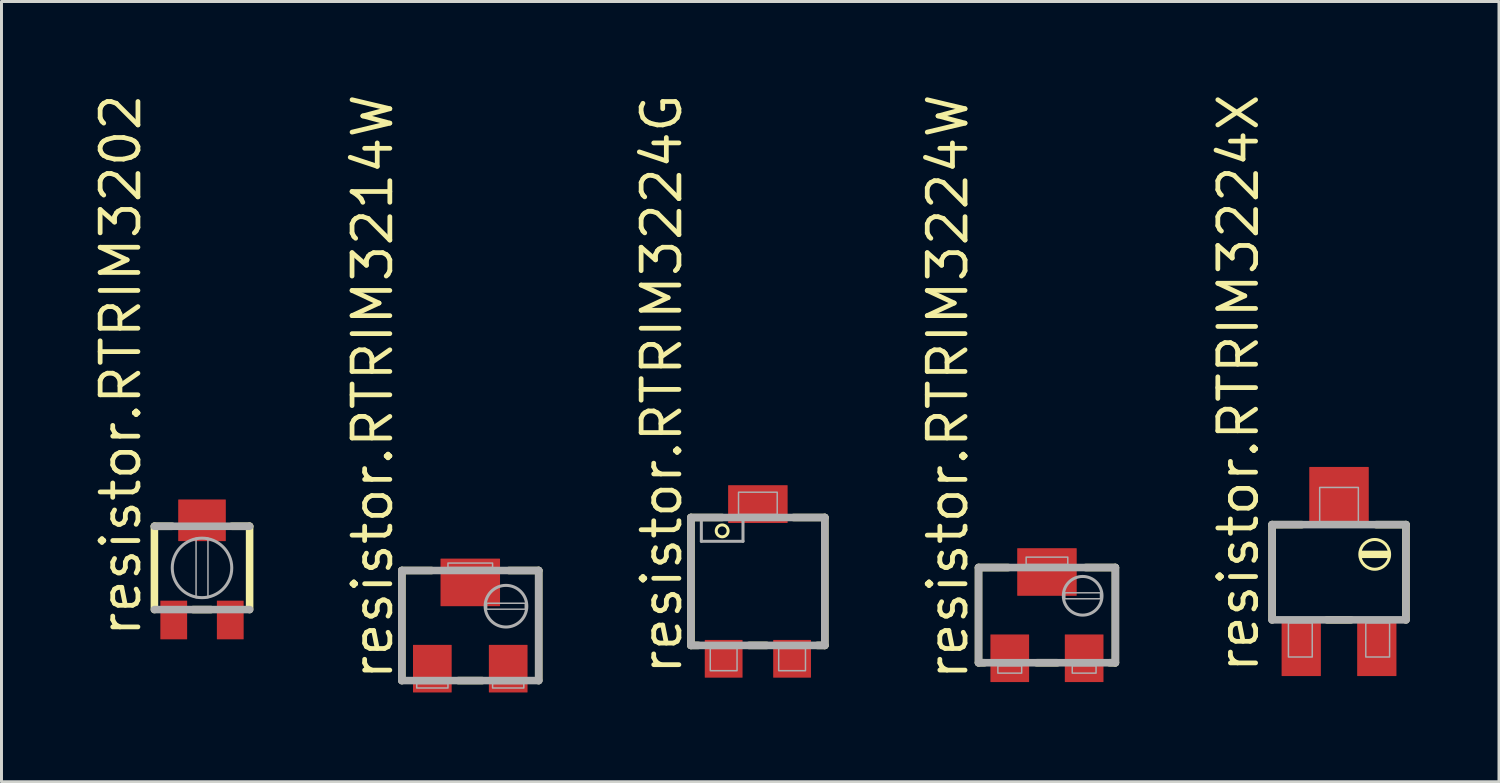
<source format=kicad_pcb>
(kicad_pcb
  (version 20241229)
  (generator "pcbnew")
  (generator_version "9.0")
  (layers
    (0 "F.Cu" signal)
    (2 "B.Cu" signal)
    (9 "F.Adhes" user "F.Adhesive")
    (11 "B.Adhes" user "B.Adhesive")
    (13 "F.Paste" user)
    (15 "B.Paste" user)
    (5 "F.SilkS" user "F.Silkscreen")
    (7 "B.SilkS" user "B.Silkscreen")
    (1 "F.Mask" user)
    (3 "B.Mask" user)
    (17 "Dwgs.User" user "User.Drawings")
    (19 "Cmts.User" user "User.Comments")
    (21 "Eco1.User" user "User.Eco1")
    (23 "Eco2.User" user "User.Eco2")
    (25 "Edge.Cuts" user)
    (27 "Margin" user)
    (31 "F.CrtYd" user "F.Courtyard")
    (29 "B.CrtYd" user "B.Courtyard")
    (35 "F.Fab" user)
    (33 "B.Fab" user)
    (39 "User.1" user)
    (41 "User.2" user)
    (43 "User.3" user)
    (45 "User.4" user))
  (footprint "resistor.RTRIM3214W"
    (layer "F.Cu")
    (at 12.757 17.976)
    (property "Reference" "resistor.RTRIM3214W" (at -2.54 1.905 90) (layer "F.SilkS") (effects (font (size 1.27 1.27) (thickness 0.16)) (justify left bottom)))
    (attr smd)
    (fp_line (start -2.3 -1.85) (end -1.3 -1.85) (stroke (width 0.254) (type default)) (layer "F.SilkS"))
    (fp_line (start -2.3 1.85) (end -2.3 -1.85) (stroke (width 0.254) (type default)) (layer "F.SilkS"))
    (fp_line (start -0.4 1.85) (end 0.4 1.85) (stroke (width 0.254) (type default)) (layer "F.SilkS"))
    (fp_line (start 2.3 -1.85) (end 1.3 -1.85) (stroke (width 0.254) (type default)) (layer "F.SilkS"))
    (fp_line (start 2.3 1.85) (end 2.3 -1.85) (stroke (width 0.254) (type default)) (layer "F.SilkS"))
    (fp_line (start -2.3 -1.85) (end 2.3 -1.85) (stroke (width 0.254) (type default)) (layer "F.Fab"))
    (fp_line (start -2.3 1.85) (end -2.3 -1.85) (stroke (width 0.254) (type default)) (layer "F.Fab"))
    (fp_line (start 2.3 -1.85) (end 2.3 1.85) (stroke (width 0.254) (type default)) (layer "F.Fab"))
    (fp_line (start 2.3 1.85) (end -2.3 1.85) (stroke (width 0.254) (type default)) (layer "F.Fab"))
    (fp_rect (start -1.8 2.1) (end -0.75 1.95) (stroke (width 0.05) (type default)) (fill no) (layer "F.Fab"))
    (fp_rect (start -0.75 -1.95) (end 0.75 -2.1) (stroke (width 0.05) (type default)) (fill no) (layer "F.Fab"))
    (fp_rect (start 0.55 -0.55) (end 1.85 -0.75) (stroke (width 0.05) (type default)) (fill no) (layer "F.Fab"))
    (fp_rect (start 0.75 2.1) (end 1.8 1.95) (stroke (width 0.05) (type default)) (fill no) (layer "F.Fab"))
    (fp_circle (center 1.2 -0.65) (end 1.9 -0.65) (stroke (width 0.102) (type default)) (fill no) (layer "F.Fab"))
    (pad "1" smd roundrect (at -1.275 1.45) (size 1.3 1.6) (layers "F.Cu" "F.Mask" "F.Paste") (roundrect_rratio 0.01))
    (pad "2" smd roundrect (at 0 -1.45) (size 2 1.6) (layers "F.Cu" "F.Mask" "F.Paste") (roundrect_rratio 0.01))
    (pad "3" smd roundrect (at 1.275 1.45) (size 1.3 1.6) (layers "F.Cu" "F.Mask" "F.Paste") (roundrect_rratio 0.01)))
  (footprint "resistor.RTRIM3224W"
    (layer "F.Cu")
    (at 32.141 17.626)
    (property "Reference" "resistor.RTRIM3224W" (at -2.59 2.255 90) (layer "F.SilkS") (effects (font (size 1.27 1.27) (thickness 0.16)) (justify left bottom)))
    (attr smd)
    (fp_line (start -2.3 -1.6) (end -1.3 -1.6) (stroke (width 0.254) (type default)) (layer "F.SilkS"))
    (fp_line (start -2.3 1.6) (end -2.3 -1.6) (stroke (width 0.254) (type default)) (layer "F.SilkS"))
    (fp_line (start -2.1 1.6) (end -2.3 1.6) (stroke (width 0.254) (type default)) (layer "F.SilkS"))
    (fp_line (start 0.35 1.6) (end -0.35 1.6) (stroke (width 0.254) (type default)) (layer "F.SilkS"))
    (fp_line (start 1.3 -1.6) (end 2.3 -1.6) (stroke (width 0.254) (type default)) (layer "F.SilkS"))
    (fp_line (start 2.3 -1.6) (end 2.3 1.6) (stroke (width 0.254) (type default)) (layer "F.SilkS"))
    (fp_line (start 2.3 1.6) (end 2.1 1.6) (stroke (width 0.254) (type default)) (layer "F.SilkS"))
    (fp_line (start -2.3 -1.6) (end 2.3 -1.6) (stroke (width 0.254) (type default)) (layer "F.Fab"))
    (fp_line (start -2.3 1.6) (end -2.3 -1.6) (stroke (width 0.254) (type default)) (layer "F.Fab"))
    (fp_line (start 2.3 -1.6) (end 2.3 1.6) (stroke (width 0.254) (type default)) (layer "F.Fab"))
    (fp_line (start 2.3 1.6) (end -2.3 1.6) (stroke (width 0.254) (type default)) (layer "F.Fab"))
    (fp_rect (start -1.65 1.95) (end -0.85 1.7) (stroke (width 0.05) (type default)) (fill no) (layer "F.Fab"))
    (fp_rect (start -0.7 -1.7) (end 0.7 -1.95) (stroke (width 0.05) (type default)) (fill no) (layer "F.Fab"))
    (fp_rect (start 0.6 -0.55) (end 1.8 -0.75) (stroke (width 0.05) (type default)) (fill no) (layer "F.Fab"))
    (fp_rect (start 0.85 1.95) (end 1.65 1.7) (stroke (width 0.05) (type default)) (fill no) (layer "F.Fab"))
    (fp_circle (center 1.2 -0.65) (end 1.85 -0.65) (stroke (width 0.102) (type default)) (fill no) (layer "F.Fab"))
    (pad "1" smd roundrect (at -1.25 1.45) (size 1.3 1.6) (layers "F.Cu" "F.Mask" "F.Paste") (roundrect_rratio 0.01))
    (pad "2" smd roundrect (at 0 -1.45) (size 2 1.6) (layers "F.Cu" "F.Mask" "F.Paste") (roundrect_rratio 0.01))
    (pad "3" smd roundrect (at 1.25 1.45) (size 1.3 1.6) (layers "F.Cu" "F.Mask" "F.Paste") (roundrect_rratio 0.01)))
  (footprint "resistor.RTRIM3224G"
    (layer "F.Cu")
    (at 22.424 16.494)
    (property "Reference" "resistor.RTRIM3224G" (at -2.49 3.205 90) (layer "F.SilkS") (effects (font (size 1.27 1.27) (thickness 0.16)) (justify left bottom)))
    (attr smd)
    (fp_line (start -2.25 -2.15) (end -2.25 2.15) (stroke (width 0.254) (type default)) (layer "F.SilkS"))
    (fp_line (start -2.25 2.15) (end -2 2.15) (stroke (width 0.254) (type default)) (layer "F.SilkS"))
    (fp_line (start -1.2 -2.15) (end -2.25 -2.15) (stroke (width 0.254) (type default)) (layer "F.SilkS"))
    (fp_line (start -0.3 2.15) (end 0.3 2.15) (stroke (width 0.254) (type default)) (layer "F.SilkS"))
    (fp_line (start 1.2 -2.15) (end 2.25 -2.15) (stroke (width 0.254) (type default)) (layer "F.SilkS"))
    (fp_line (start 2.25 -2.15) (end 2.25 2.15) (stroke (width 0.254) (type default)) (layer "F.SilkS"))
    (fp_line (start 2.25 2.15) (end 2 2.15) (stroke (width 0.254) (type default)) (layer "F.SilkS"))
    (fp_circle (center -1.2 -1.7) (end -1 -1.7) (stroke (width 0.1) (type default)) (fill no) (layer "F.SilkS"))
    (fp_line (start -2.25 -2.15) (end 2.25 -2.15) (stroke (width 0.254) (type default)) (layer "F.Fab"))
    (fp_line (start -2.25 2.15) (end -2.25 -2.15) (stroke (width 0.254) (type default)) (layer "F.Fab"))
    (fp_line (start -1.9 -1.35) (end -1.9 -2.05) (stroke (width 0.102) (type default)) (layer "F.Fab"))
    (fp_line (start -0.5 -2.05) (end -0.5 -1.35) (stroke (width 0.102) (type default)) (layer "F.Fab"))
    (fp_line (start -0.5 -1.35) (end -1.9 -1.35) (stroke (width 0.102) (type default)) (layer "F.Fab"))
    (fp_line (start 2.25 -2.15) (end 2.25 2.15) (stroke (width 0.254) (type default)) (layer "F.Fab"))
    (fp_line (start 2.25 2.15) (end -2.25 2.15) (stroke (width 0.254) (type default)) (layer "F.Fab"))
    (fp_rect (start -1.6 3) (end -0.7 2.25) (stroke (width 0.05) (type default)) (fill no) (layer "F.Fab"))
    (fp_rect (start -0.65 -2.25) (end 0.65 -3) (stroke (width 0.05) (type default)) (fill no) (layer "F.Fab"))
    (fp_rect (start 0.7 3) (end 1.6 2.25) (stroke (width 0.05) (type default)) (fill no) (layer "F.Fab"))
    (pad "1" smd roundrect (at -1.15 2.6) (size 1.27 1.27) (layers "F.Cu" "F.Mask" "F.Paste") (roundrect_rratio 0.01))
    (pad "2" smd roundrect (at 0 -2.6) (size 2 1.27) (layers "F.Cu" "F.Mask" "F.Paste") (roundrect_rratio 0.01))
    (pad "3" smd roundrect (at 1.15 2.6) (size 1.27 1.27) (layers "F.Cu" "F.Mask" "F.Paste") (roundrect_rratio 0.01)))
  (footprint "resistor.RTRIM3224X"
    (layer "F.Cu")
    (at 41.958 16.184)
    (property "Reference" "resistor.RTRIM3224X" (at -2.64 3.455 90) (layer "F.SilkS") (effects (font (size 1.27 1.27) (thickness 0.16)) (justify left bottom)))
    (attr smd)
    (fp_line (start -2.25 -1.6) (end -1.25 -1.6) (stroke (width 0.254) (type default)) (layer "F.SilkS"))
    (fp_line (start -2.25 1.6) (end -2.25 -1.6) (stroke (width 0.254) (type default)) (layer "F.SilkS"))
    (fp_line (start -0.4 1.6) (end 0.4 1.6) (stroke (width 0.254) (type default)) (layer "F.SilkS"))
    (fp_line (start 1.25 -1.6) (end 2.25 -1.6) (stroke (width 0.254) (type default)) (layer "F.SilkS"))
    (fp_line (start 2.25 -1.6) (end 2.25 1.6) (stroke (width 0.254) (type default)) (layer "F.SilkS"))
    (fp_rect (start 0.75 -0.5) (end 1.65 -0.7) (stroke (width 0.05) (type default)) (fill yes) (layer "F.SilkS"))
    (fp_circle (center 1.2 -0.6) (end 1.7 -0.6) (stroke (width 0.102) (type default)) (fill no) (layer "F.SilkS"))
    (fp_line (start -2.25 -1.6) (end 2.25 -1.6) (stroke (width 0.254) (type default)) (layer "F.Fab"))
    (fp_line (start -2.25 1.6) (end -2.25 -1.6) (stroke (width 0.254) (type default)) (layer "F.Fab"))
    (fp_line (start 2.25 -1.6) (end 2.25 1.6) (stroke (width 0.254) (type default)) (layer "F.Fab"))
    (fp_line (start 2.25 1.6) (end -2.25 1.6) (stroke (width 0.254) (type default)) (layer "F.Fab"))
    (fp_rect (start -1.7 2.85) (end -0.9 1.7) (stroke (width 0.05) (type default)) (fill no) (layer "F.Fab"))
    (fp_rect (start -0.65 -1.7) (end 0.65 -2.85) (stroke (width 0.05) (type default)) (fill no) (layer "F.Fab"))
    (fp_rect (start 0.9 2.85) (end 1.7 1.7) (stroke (width 0.05) (type default)) (fill no) (layer "F.Fab"))
    (pad "1" smd roundrect (at -1.27 2.54) (size 1.32 1.9) (layers "F.Cu" "F.Mask" "F.Paste") (roundrect_rratio 0.01))
    (pad "2" smd roundrect (at 0 -2.54) (size 2 2) (layers "F.Cu" "F.Mask" "F.Paste") (roundrect_rratio 0.01))
    (pad "3" smd roundrect (at 1.27 2.54) (size 1.32 1.9) (layers "F.Cu" "F.Mask" "F.Paste") (roundrect_rratio 0.01)))
  (footprint "resistor.RTRIM3202"
    (layer "F.Cu")
    (at 3.74 16.039)
    (property "Reference" "resistor.RTRIM3202" (at -1.99 2.39 90) (layer "F.SilkS") (effects (font (size 1.27 1.27) (thickness 0.16)) (justify left bottom)))
    (attr smd)
    (fp_line (start -1.6 -1.4) (end -1.6 1.4) (stroke (width 0.254) (type default)) (layer "F.SilkS"))
    (fp_line (start -1.6 -1.4) (end -1 -1.4) (stroke (width 0.254) (type default)) (layer "F.SilkS"))
    (fp_line (start -0.3 1.4) (end 0.3 1.4) (stroke (width 0.254) (type default)) (layer "F.SilkS"))
    (fp_line (start 1 -1.4) (end 1.6 -1.4) (stroke (width 0.254) (type default)) (layer "F.SilkS"))
    (fp_line (start 1.6 1.4) (end 1.6 -1.4) (stroke (width 0.254) (type default)) (layer "F.SilkS"))
    (fp_line (start -1.6 1.4) (end 1.6 1.4) (stroke (width 0.254) (type default)) (layer "F.Fab"))
    (fp_line (start 1.6 -1.4) (end -1.6 -1.4) (stroke (width 0.254) (type default)) (layer "F.Fab"))
    (fp_rect (start -0.2 1) (end 0.2 -1) (stroke (width 0.05) (type default)) (fill no) (layer "F.Fab"))
    (fp_circle (center 0 0) (end 1 0) (stroke (width 0.102) (type default)) (fill no) (layer "F.Fab"))
    (pad "1" smd roundrect (at -0.95 1.75) (size 0.9 1.3) (layers "F.Cu" "F.Mask" "F.Paste") (roundrect_rratio 0.01))
    (pad "2" smd roundrect (at 0 -1.6) (size 1.6 1.4) (layers "F.Cu" "F.Mask" "F.Paste") (roundrect_rratio 0.01))
    (pad "3" smd roundrect (at 0.95 1.75) (size 0.9 1.3) (layers "F.Cu" "F.Mask" "F.Paste") (roundrect_rratio 0.01)))
  (gr_rect
    (start -3 -3)
    (end 47.335 23.226)
    (stroke (width 0.1) (type default))
    (fill no)
    (layer "Edge.Cuts")))
</source>
